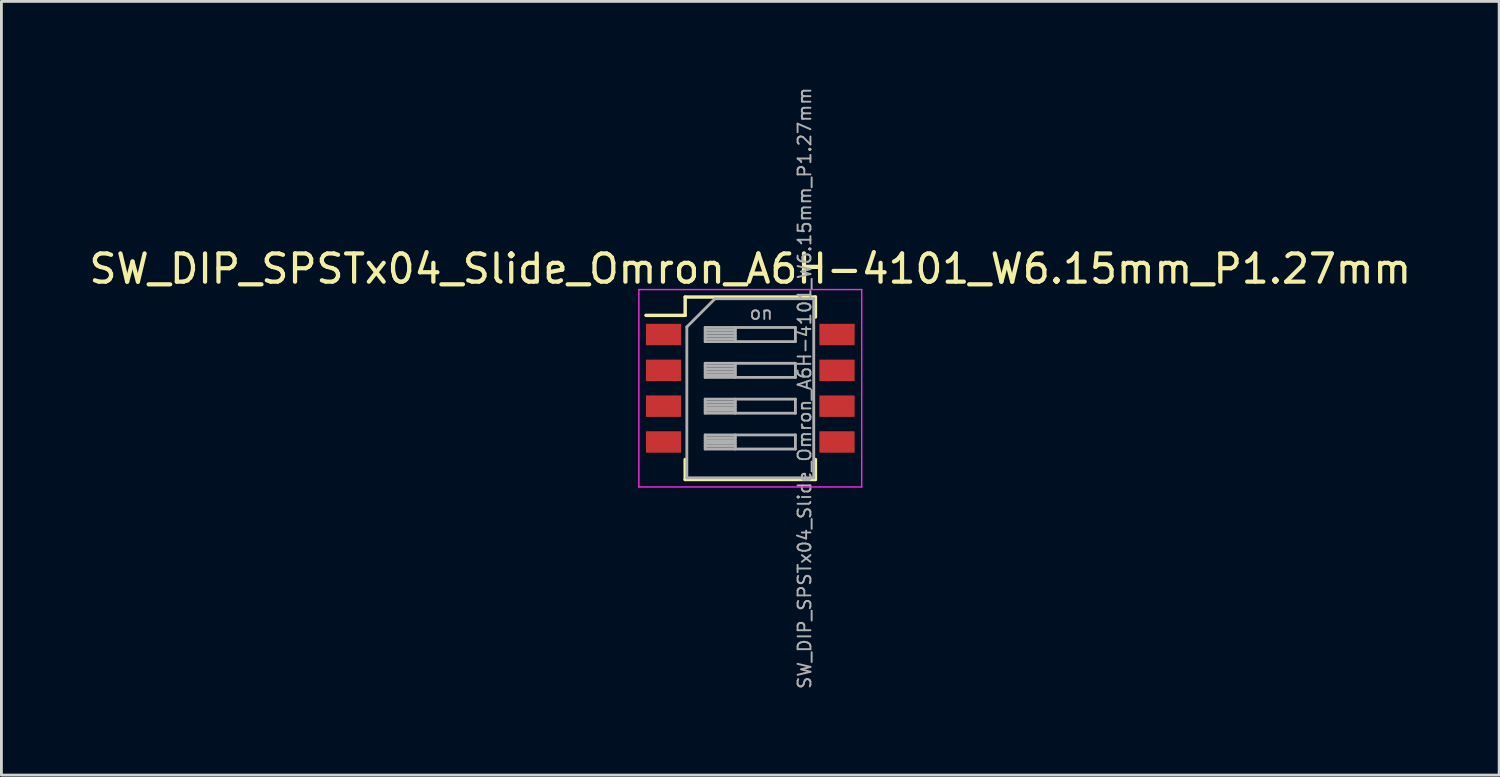
<source format=kicad_pcb>
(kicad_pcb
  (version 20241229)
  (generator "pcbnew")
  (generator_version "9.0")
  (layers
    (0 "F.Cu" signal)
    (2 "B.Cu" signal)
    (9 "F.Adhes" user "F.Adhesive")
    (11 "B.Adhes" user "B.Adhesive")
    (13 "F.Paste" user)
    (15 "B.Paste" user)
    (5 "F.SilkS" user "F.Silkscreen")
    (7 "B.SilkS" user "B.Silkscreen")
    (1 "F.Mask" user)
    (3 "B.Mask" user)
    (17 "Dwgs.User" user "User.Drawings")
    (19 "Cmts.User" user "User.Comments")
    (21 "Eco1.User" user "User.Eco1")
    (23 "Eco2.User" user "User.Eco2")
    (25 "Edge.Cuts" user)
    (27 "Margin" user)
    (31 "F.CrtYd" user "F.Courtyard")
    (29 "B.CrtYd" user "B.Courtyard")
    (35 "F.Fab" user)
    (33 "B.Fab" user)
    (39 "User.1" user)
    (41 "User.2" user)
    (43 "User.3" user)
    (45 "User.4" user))
  (footprint "SW_DIP_SPSTx04_Slide_Omron_A6H-4101_W6.15mm_P1.27mm"
    (layer "F.Cu")
    (at 23.554 10.717)
    (property "Reference" "SW_DIP_SPSTx04_Slide_Omron_A6H-4101_W6.15mm_P1.27mm" (at 0 -4.235 0) (layer "F.SilkS") (effects (font (size 1 1) (thickness 0.15))))
    (attr smd)
    (fp_line (start -3.7 -2.585) (end -2.309 -2.585) (stroke (width 0.12) (type solid)) (layer "F.SilkS"))
    (fp_line (start -2.309 -3.235) (end -2.309 -2.585) (stroke (width 0.12) (type solid)) (layer "F.SilkS"))
    (fp_line (start -2.309 -3.235) (end 2.31 -3.235) (stroke (width 0.12) (type solid)) (layer "F.SilkS"))
    (fp_line (start -2.309 2.525) (end -2.309 3.235) (stroke (width 0.12) (type solid)) (layer "F.SilkS"))
    (fp_line (start -2.309 3.235) (end 2.31 3.235) (stroke (width 0.12) (type solid)) (layer "F.SilkS"))
    (fp_line (start 2.31 -3.235) (end 2.31 -2.525) (stroke (width 0.12) (type solid)) (layer "F.SilkS"))
    (fp_line (start 2.31 2.525) (end 2.31 3.235) (stroke (width 0.12) (type solid)) (layer "F.SilkS"))
    (fp_line (start -3.95 -3.5) (end -3.95 3.5) (stroke (width 0.05) (type solid)) (layer "F.CrtYd"))
    (fp_line (start -3.95 3.5) (end 3.95 3.5) (stroke (width 0.05) (type solid)) (layer "F.CrtYd"))
    (fp_line (start 3.95 -3.5) (end -3.95 -3.5) (stroke (width 0.05) (type solid)) (layer "F.CrtYd"))
    (fp_line (start 3.95 3.5) (end 3.95 -3.5) (stroke (width 0.05) (type solid)) (layer "F.CrtYd"))
    (fp_line (start -2.25 -2.175) (end -1.25 -3.175) (stroke (width 0.1) (type solid)) (layer "F.Fab"))
    (fp_line (start -2.25 3.175) (end -2.25 -2.175) (stroke (width 0.1) (type solid)) (layer "F.Fab"))
    (fp_line (start -1.6 -2.155) (end -1.6 -1.655) (stroke (width 0.1) (type solid)) (layer "F.Fab"))
    (fp_line (start -1.6 -2.055) (end -0.533 -2.055) (stroke (width 0.1) (type solid)) (layer "F.Fab"))
    (fp_line (start -1.6 -1.955) (end -0.533 -1.955) (stroke (width 0.1) (type solid)) (layer "F.Fab"))
    (fp_line (start -1.6 -1.855) (end -0.533 -1.855) (stroke (width 0.1) (type solid)) (layer "F.Fab"))
    (fp_line (start -1.6 -1.755) (end -0.533 -1.755) (stroke (width 0.1) (type solid)) (layer "F.Fab"))
    (fp_line (start -1.6 -1.655) (end 1.6 -1.655) (stroke (width 0.1) (type solid)) (layer "F.Fab"))
    (fp_line (start -1.6 -0.885) (end -1.6 -0.385) (stroke (width 0.1) (type solid)) (layer "F.Fab"))
    (fp_line (start -1.6 -0.785) (end -0.533 -0.785) (stroke (width 0.1) (type solid)) (layer "F.Fab"))
    (fp_line (start -1.6 -0.685) (end -0.533 -0.685) (stroke (width 0.1) (type solid)) (layer "F.Fab"))
    (fp_line (start -1.6 -0.585) (end -0.533 -0.585) (stroke (width 0.1) (type solid)) (layer "F.Fab"))
    (fp_line (start -1.6 -0.485) (end -0.533 -0.485) (stroke (width 0.1) (type solid)) (layer "F.Fab"))
    (fp_line (start -1.6 -0.385) (end 1.6 -0.385) (stroke (width 0.1) (type solid)) (layer "F.Fab"))
    (fp_line (start -1.6 0.385) (end -1.6 0.885) (stroke (width 0.1) (type solid)) (layer "F.Fab"))
    (fp_line (start -1.6 0.485) (end -0.533 0.485) (stroke (width 0.1) (type solid)) (layer "F.Fab"))
    (fp_line (start -1.6 0.585) (end -0.533 0.585) (stroke (width 0.1) (type solid)) (layer "F.Fab"))
    (fp_line (start -1.6 0.685) (end -0.533 0.685) (stroke (width 0.1) (type solid)) (layer "F.Fab"))
    (fp_line (start -1.6 0.785) (end -0.533 0.785) (stroke (width 0.1) (type solid)) (layer "F.Fab"))
    (fp_line (start -1.6 0.885) (end 1.6 0.885) (stroke (width 0.1) (type solid)) (layer "F.Fab"))
    (fp_line (start -1.6 1.655) (end -1.6 2.155) (stroke (width 0.1) (type solid)) (layer "F.Fab"))
    (fp_line (start -1.6 1.755) (end -0.533 1.755) (stroke (width 0.1) (type solid)) (layer "F.Fab"))
    (fp_line (start -1.6 1.855) (end -0.533 1.855) (stroke (width 0.1) (type solid)) (layer "F.Fab"))
    (fp_line (start -1.6 1.955) (end -0.533 1.955) (stroke (width 0.1) (type solid)) (layer "F.Fab"))
    (fp_line (start -1.6 2.055) (end -0.533 2.055) (stroke (width 0.1) (type solid)) (layer "F.Fab"))
    (fp_line (start -1.6 2.155) (end 1.6 2.155) (stroke (width 0.1) (type solid)) (layer "F.Fab"))
    (fp_line (start -1.25 -3.175) (end 2.25 -3.175) (stroke (width 0.1) (type solid)) (layer "F.Fab"))
    (fp_line (start -0.533 -2.155) (end -0.533 -1.655) (stroke (width 0.1) (type solid)) (layer "F.Fab"))
    (fp_line (start -0.533 -0.885) (end -0.533 -0.385) (stroke (width 0.1) (type solid)) (layer "F.Fab"))
    (fp_line (start -0.533 0.385) (end -0.533 0.885) (stroke (width 0.1) (type solid)) (layer "F.Fab"))
    (fp_line (start -0.533 1.655) (end -0.533 2.155) (stroke (width 0.1) (type solid)) (layer "F.Fab"))
    (fp_line (start 1.6 -2.155) (end -1.6 -2.155) (stroke (width 0.1) (type solid)) (layer "F.Fab"))
    (fp_line (start 1.6 -1.655) (end 1.6 -2.155) (stroke (width 0.1) (type solid)) (layer "F.Fab"))
    (fp_line (start 1.6 -0.885) (end -1.6 -0.885) (stroke (width 0.1) (type solid)) (layer "F.Fab"))
    (fp_line (start 1.6 -0.385) (end 1.6 -0.885) (stroke (width 0.1) (type solid)) (layer "F.Fab"))
    (fp_line (start 1.6 0.385) (end -1.6 0.385) (stroke (width 0.1) (type solid)) (layer "F.Fab"))
    (fp_line (start 1.6 0.885) (end 1.6 0.385) (stroke (width 0.1) (type solid)) (layer "F.Fab"))
    (fp_line (start 1.6 1.655) (end -1.6 1.655) (stroke (width 0.1) (type solid)) (layer "F.Fab"))
    (fp_line (start 1.6 2.155) (end 1.6 1.655) (stroke (width 0.1) (type solid)) (layer "F.Fab"))
    (fp_line (start 2.25 -3.175) (end 2.25 3.175) (stroke (width 0.1) (type solid)) (layer "F.Fab"))
    (fp_line (start 2.25 3.175) (end -2.25 3.175) (stroke (width 0.1) (type solid)) (layer "F.Fab"))
    (fp_text user "${REFERENCE}" (at 1.925 0 90) (layer "F.Fab") (effects (font (size 0.455 0.455) (thickness 0.068))))
    (fp_text user "on" (at 0.388 -2.665 0) (layer "F.Fab") (effects (font (size 0.455 0.455) (thickness 0.068))))
    (pad "1" smd rect (at -3.075 -1.905) (size 1.25 0.76) (layers "F.Cu" "F.Mask" "F.Paste"))
    (pad "2" smd rect (at -3.075 -0.635) (size 1.25 0.76) (layers "F.Cu" "F.Mask" "F.Paste"))
    (pad "3" smd rect (at -3.075 0.635) (size 1.25 0.76) (layers "F.Cu" "F.Mask" "F.Paste"))
    (pad "4" smd rect (at -3.075 1.905) (size 1.25 0.76) (layers "F.Cu" "F.Mask" "F.Paste"))
    (pad "5" smd rect (at 3.075 1.905) (size 1.25 0.76) (layers "F.Cu" "F.Mask" "F.Paste"))
    (pad "6" smd rect (at 3.075 0.635) (size 1.25 0.76) (layers "F.Cu" "F.Mask" "F.Paste"))
    (pad "7" smd rect (at 3.075 -0.635) (size 1.25 0.76) (layers "F.Cu" "F.Mask" "F.Paste"))
    (pad "8" smd rect (at 3.075 -1.905) (size 1.25 0.76) (layers "F.Cu" "F.Mask" "F.Paste")))
  (gr_rect
    (start -3 -3)
    (end 50.107 24.434)
    (stroke (width 0.1) (type default))
    (fill no)
    (layer "Edge.Cuts")))
</source>
